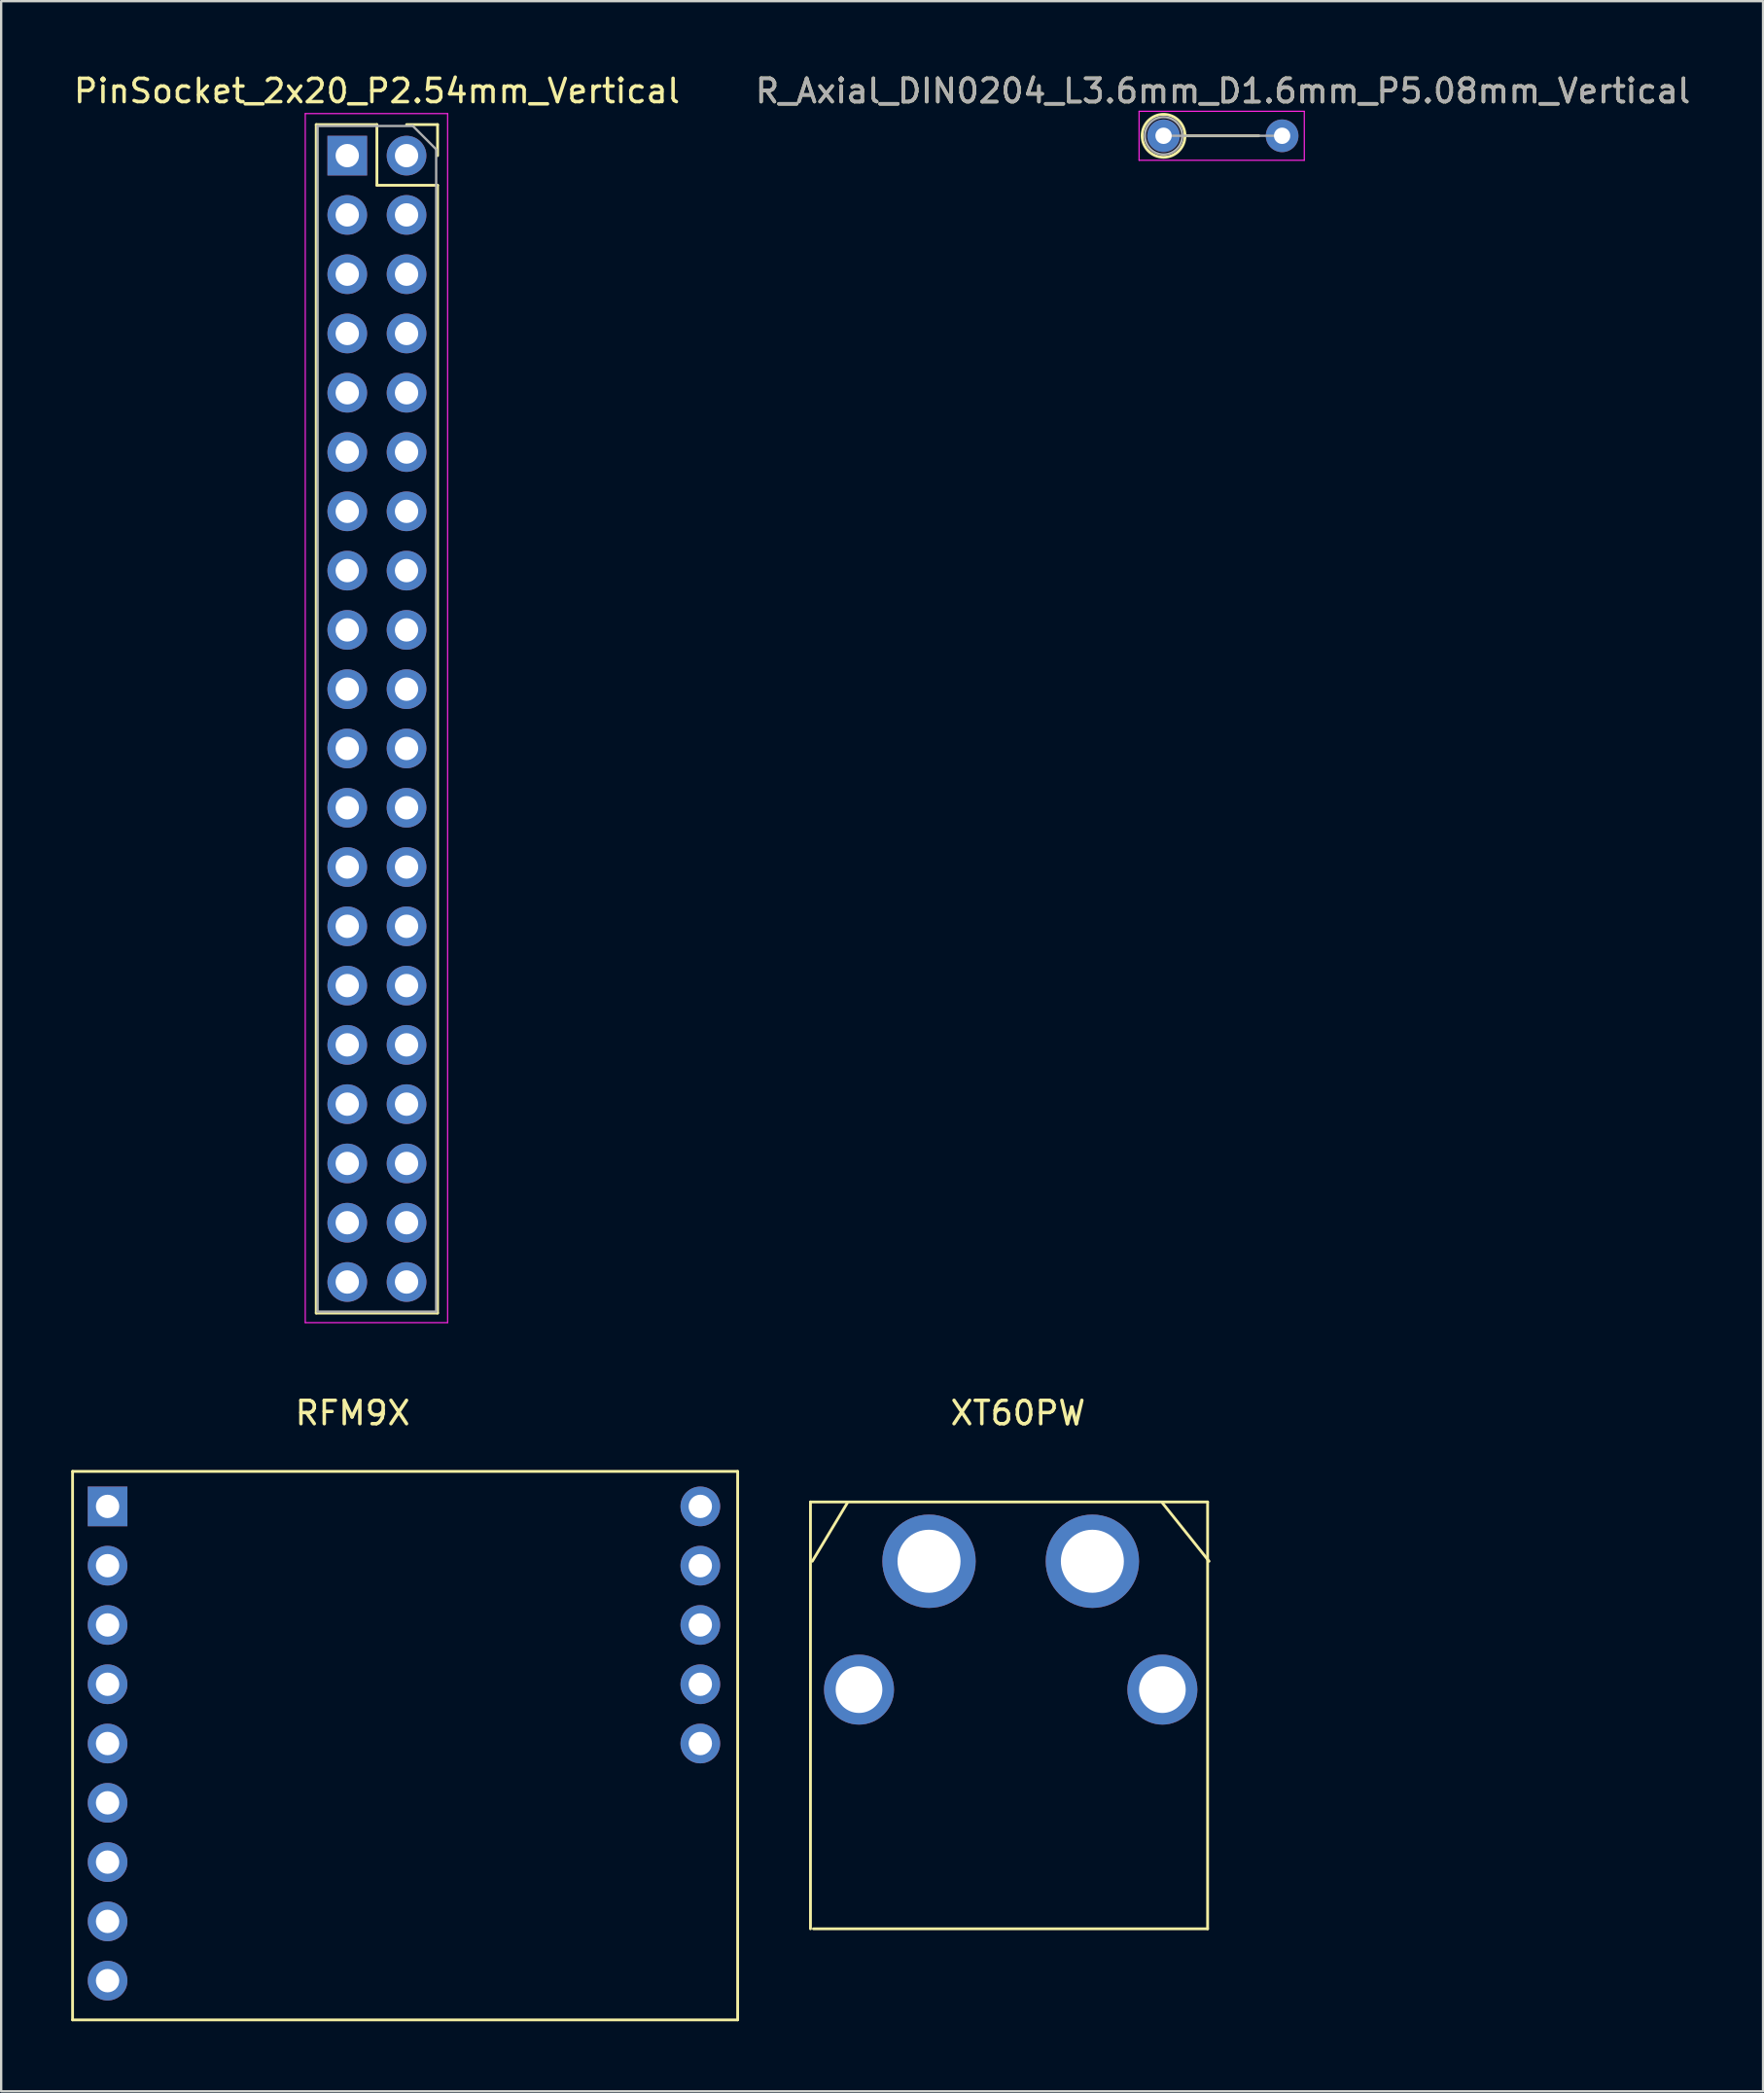
<source format=kicad_pcb>
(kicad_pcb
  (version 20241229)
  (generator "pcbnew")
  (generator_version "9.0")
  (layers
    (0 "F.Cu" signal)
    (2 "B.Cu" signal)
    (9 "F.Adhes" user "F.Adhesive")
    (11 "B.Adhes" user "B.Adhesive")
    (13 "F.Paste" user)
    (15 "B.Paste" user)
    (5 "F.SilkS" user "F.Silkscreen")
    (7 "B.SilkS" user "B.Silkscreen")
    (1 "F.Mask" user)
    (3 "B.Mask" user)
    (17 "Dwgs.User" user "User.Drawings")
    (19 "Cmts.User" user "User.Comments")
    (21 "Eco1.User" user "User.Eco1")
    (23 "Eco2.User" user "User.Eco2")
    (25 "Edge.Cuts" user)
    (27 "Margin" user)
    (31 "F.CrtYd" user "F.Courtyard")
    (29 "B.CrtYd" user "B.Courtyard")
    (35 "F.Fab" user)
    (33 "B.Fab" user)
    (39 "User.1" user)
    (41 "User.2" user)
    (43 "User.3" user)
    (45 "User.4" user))
  (footprint "RFM9X"
    (layer "F.Cu")
    (at 1.56 61.492)
    (property "Reference" "RFM9X" (at 10.5 -4 0) (layer "F.SilkS") (effects (font (size 1 1) (thickness 0.15))))
    (attr through_hole)
    (fp_line (start -1.5 -1.5) (end 27 -1.5) (stroke (width 0.12) (type solid)) (layer "F.SilkS"))
    (fp_line (start -1.5 22) (end -1.5 -1.5) (stroke (width 0.12) (type solid)) (layer "F.SilkS"))
    (fp_line (start 27 -1.5) (end 27 22) (stroke (width 0.12) (type solid)) (layer "F.SilkS"))
    (fp_line (start 27 22) (end -1.5 22) (stroke (width 0.12) (type solid)) (layer "F.SilkS"))
    (pad "1" thru_hole rect (at 0 0) (size 1.7 1.7) (drill 1) (layers "*.Cu" "*.Mask"))
    (pad "2" thru_hole circle (at 0 2.54) (size 1.7 1.7) (drill 1) (layers "*.Cu" "*.Mask"))
    (pad "3" thru_hole circle (at 0 5.08) (size 1.7 1.7) (drill 1) (layers "*.Cu" "*.Mask"))
    (pad "4" thru_hole circle (at 0 7.62) (size 1.7 1.7) (drill 1) (layers "*.Cu" "*.Mask"))
    (pad "5" thru_hole circle (at 0 10.16) (size 1.7 1.7) (drill 1) (layers "*.Cu" "*.Mask"))
    (pad "6" thru_hole circle (at 0 12.7) (size 1.7 1.7) (drill 1) (layers "*.Cu" "*.Mask"))
    (pad "7" thru_hole circle (at 0 15.24) (size 1.7 1.7) (drill 1) (layers "*.Cu" "*.Mask"))
    (pad "8" thru_hole circle (at 0 17.78) (size 1.7 1.7) (drill 1) (layers "*.Cu" "*.Mask"))
    (pad "9" thru_hole circle (at 0 20.32) (size 1.7 1.7) (drill 1) (layers "*.Cu" "*.Mask"))
    (pad "10" thru_hole circle (at 25.4 0) (size 1.7 1.7) (drill 1) (layers "*.Cu" "*.Mask"))
    (pad "11" thru_hole circle (at 25.4 2.54) (size 1.7 1.7) (drill 1) (layers "*.Cu" "*.Mask"))
    (pad "12" thru_hole circle (at 25.4 5.08) (size 1.7 1.7) (drill 1) (layers "*.Cu" "*.Mask"))
    (pad "13" thru_hole circle (at 25.4 7.62) (size 1.7 1.7) (drill 1) (layers "*.Cu" "*.Mask"))
    (pad "14" thru_hole circle (at 25.4 10.16) (size 1.7 1.7) (drill 1) (layers "*.Cu" "*.Mask")))
  (footprint "PinSocket_2x20_P2.54mm_Vertical"
    (layer "F.Cu")
    (at 11.831 3.618)
    (property "Reference" "PinSocket_2x20_P2.54mm_Vertical" (at 1.27 -2.77 0) (layer "F.SilkS") (effects (font (size 1 1) (thickness 0.15))))
    (attr through_hole)
    (fp_line (start -1.33 -1.33) (end -1.33 49.59) (stroke (width 0.12) (type solid)) (layer "F.SilkS"))
    (fp_line (start -1.33 -1.33) (end 1.27 -1.33) (stroke (width 0.12) (type solid)) (layer "F.SilkS"))
    (fp_line (start -1.33 49.59) (end 3.87 49.59) (stroke (width 0.12) (type solid)) (layer "F.SilkS"))
    (fp_line (start 1.27 -1.33) (end 1.27 1.27) (stroke (width 0.12) (type solid)) (layer "F.SilkS"))
    (fp_line (start 1.27 1.27) (end 3.87 1.27) (stroke (width 0.12) (type solid)) (layer "F.SilkS"))
    (fp_line (start 2.54 -1.33) (end 3.87 -1.33) (stroke (width 0.12) (type solid)) (layer "F.SilkS"))
    (fp_line (start 3.87 -1.33) (end 3.87 0) (stroke (width 0.12) (type solid)) (layer "F.SilkS"))
    (fp_line (start 3.87 1.27) (end 3.87 49.59) (stroke (width 0.12) (type solid)) (layer "F.SilkS"))
    (fp_line (start -1.8 -1.8) (end 4.3 -1.8) (stroke (width 0.05) (type solid)) (layer "F.CrtYd"))
    (fp_line (start -1.8 50) (end -1.8 -1.8) (stroke (width 0.05) (type solid)) (layer "F.CrtYd"))
    (fp_line (start 4.3 -1.8) (end 4.3 50) (stroke (width 0.05) (type solid)) (layer "F.CrtYd"))
    (fp_line (start 4.3 50) (end -1.8 50) (stroke (width 0.05) (type solid)) (layer "F.CrtYd"))
    (fp_line (start -1.27 -1.27) (end 2.81 -1.27) (stroke (width 0.1) (type solid)) (layer "F.Fab"))
    (fp_line (start -1.27 49.53) (end -1.27 -1.27) (stroke (width 0.1) (type solid)) (layer "F.Fab"))
    (fp_line (start 2.81 -1.27) (end 3.81 -0.27) (stroke (width 0.1) (type solid)) (layer "F.Fab"))
    (fp_line (start 3.81 -0.27) (end 3.81 49.53) (stroke (width 0.1) (type solid)) (layer "F.Fab"))
    (fp_line (start 3.81 49.53) (end -1.27 49.53) (stroke (width 0.1) (type solid)) (layer "F.Fab"))
    (pad "1" thru_hole rect (at 0 0) (size 1.7 1.7) (drill 1) (layers "*.Cu" "*.Mask"))
    (pad "2" thru_hole circle (at 2.54 0) (size 1.7 1.7) (drill 1) (layers "*.Cu" "*.Mask"))
    (pad "3" thru_hole circle (at 0 2.54) (size 1.7 1.7) (drill 1) (layers "*.Cu" "*.Mask"))
    (pad "4" thru_hole circle (at 2.54 2.54) (size 1.7 1.7) (drill 1) (layers "*.Cu" "*.Mask"))
    (pad "5" thru_hole circle (at 0 5.08) (size 1.7 1.7) (drill 1) (layers "*.Cu" "*.Mask"))
    (pad "6" thru_hole circle (at 2.54 5.08) (size 1.7 1.7) (drill 1) (layers "*.Cu" "*.Mask"))
    (pad "7" thru_hole circle (at 0 7.62) (size 1.7 1.7) (drill 1) (layers "*.Cu" "*.Mask"))
    (pad "8" thru_hole circle (at 2.54 7.62) (size 1.7 1.7) (drill 1) (layers "*.Cu" "*.Mask"))
    (pad "9" thru_hole circle (at 0 10.16) (size 1.7 1.7) (drill 1) (layers "*.Cu" "*.Mask"))
    (pad "10" thru_hole circle (at 2.54 10.16) (size 1.7 1.7) (drill 1) (layers "*.Cu" "*.Mask"))
    (pad "11" thru_hole circle (at 0 12.7) (size 1.7 1.7) (drill 1) (layers "*.Cu" "*.Mask"))
    (pad "12" thru_hole circle (at 2.54 12.7) (size 1.7 1.7) (drill 1) (layers "*.Cu" "*.Mask"))
    (pad "13" thru_hole circle (at 0 15.24) (size 1.7 1.7) (drill 1) (layers "*.Cu" "*.Mask"))
    (pad "14" thru_hole circle (at 2.54 15.24) (size 1.7 1.7) (drill 1) (layers "*.Cu" "*.Mask"))
    (pad "15" thru_hole circle (at 0 17.78) (size 1.7 1.7) (drill 1) (layers "*.Cu" "*.Mask"))
    (pad "16" thru_hole circle (at 2.54 17.78) (size 1.7 1.7) (drill 1) (layers "*.Cu" "*.Mask"))
    (pad "17" thru_hole circle (at 0 20.32) (size 1.7 1.7) (drill 1) (layers "*.Cu" "*.Mask"))
    (pad "18" thru_hole circle (at 2.54 20.32) (size 1.7 1.7) (drill 1) (layers "*.Cu" "*.Mask"))
    (pad "19" thru_hole circle (at 0 22.86) (size 1.7 1.7) (drill 1) (layers "*.Cu" "*.Mask"))
    (pad "20" thru_hole circle (at 2.54 22.86) (size 1.7 1.7) (drill 1) (layers "*.Cu" "*.Mask"))
    (pad "21" thru_hole circle (at 0 25.4) (size 1.7 1.7) (drill 1) (layers "*.Cu" "*.Mask"))
    (pad "22" thru_hole circle (at 2.54 25.4) (size 1.7 1.7) (drill 1) (layers "*.Cu" "*.Mask"))
    (pad "23" thru_hole circle (at 0 27.94) (size 1.7 1.7) (drill 1) (layers "*.Cu" "*.Mask"))
    (pad "24" thru_hole circle (at 2.54 27.94) (size 1.7 1.7) (drill 1) (layers "*.Cu" "*.Mask"))
    (pad "25" thru_hole circle (at 0 30.48) (size 1.7 1.7) (drill 1) (layers "*.Cu" "*.Mask"))
    (pad "26" thru_hole circle (at 2.54 30.48) (size 1.7 1.7) (drill 1) (layers "*.Cu" "*.Mask"))
    (pad "27" thru_hole circle (at 0 33.02) (size 1.7 1.7) (drill 1) (layers "*.Cu" "*.Mask"))
    (pad "28" thru_hole circle (at 2.54 33.02) (size 1.7 1.7) (drill 1) (layers "*.Cu" "*.Mask"))
    (pad "29" thru_hole circle (at 0 35.56) (size 1.7 1.7) (drill 1) (layers "*.Cu" "*.Mask"))
    (pad "30" thru_hole circle (at 2.54 35.56) (size 1.7 1.7) (drill 1) (layers "*.Cu" "*.Mask"))
    (pad "31" thru_hole circle (at 0 38.1) (size 1.7 1.7) (drill 1) (layers "*.Cu" "*.Mask"))
    (pad "32" thru_hole circle (at 2.54 38.1) (size 1.7 1.7) (drill 1) (layers "*.Cu" "*.Mask"))
    (pad "33" thru_hole circle (at 0 40.64) (size 1.7 1.7) (drill 1) (layers "*.Cu" "*.Mask"))
    (pad "34" thru_hole circle (at 2.54 40.64) (size 1.7 1.7) (drill 1) (layers "*.Cu" "*.Mask"))
    (pad "35" thru_hole circle (at 0 43.18) (size 1.7 1.7) (drill 1) (layers "*.Cu" "*.Mask"))
    (pad "36" thru_hole circle (at 2.54 43.18) (size 1.7 1.7) (drill 1) (layers "*.Cu" "*.Mask"))
    (pad "37" thru_hole circle (at 0 45.72) (size 1.7 1.7) (drill 1) (layers "*.Cu" "*.Mask"))
    (pad "38" thru_hole circle (at 2.54 45.72) (size 1.7 1.7) (drill 1) (layers "*.Cu" "*.Mask"))
    (pad "39" thru_hole circle (at 0 48.26) (size 1.7 1.7) (drill 1) (layers "*.Cu" "*.Mask"))
    (pad "40" thru_hole circle (at 2.54 48.26) (size 1.7 1.7) (drill 1) (layers "*.Cu" "*.Mask")))
  (footprint "R_Axial_DIN0204_L3.6mm_D1.6mm_P5.08mm_Vertical"
    (layer "F.Cu")
    (at 46.811 2.768)
    (property "Reference" "R_Axial_DIN0204_L3.6mm_D1.6mm_P5.08mm_Vertical" (at 2.54 -1.92 0) (layer "F.SilkS") (effects (font (size 1 1) (thickness 0.15))))
    (attr through_hole)
    (fp_line (start 0.92 0) (end 4.08 0) (stroke (width 0.12) (type solid)) (layer "F.SilkS"))
    (fp_circle (center 0 0) (end 0.92 0) (stroke (width 0.12) (type solid)) (fill no) (layer "F.SilkS"))
    (fp_line (start -1.05 -1.05) (end -1.05 1.05) (stroke (width 0.05) (type solid)) (layer "F.CrtYd"))
    (fp_line (start -1.05 1.05) (end 6.03 1.05) (stroke (width 0.05) (type solid)) (layer "F.CrtYd"))
    (fp_line (start 6.03 -1.05) (end -1.05 -1.05) (stroke (width 0.05) (type solid)) (layer "F.CrtYd"))
    (fp_line (start 6.03 1.05) (end 6.03 -1.05) (stroke (width 0.05) (type solid)) (layer "F.CrtYd"))
    (fp_line (start 0 0) (end 5.08 0) (stroke (width 0.1) (type solid)) (layer "F.Fab"))
    (fp_circle (center 0 0) (end 0.8 0) (stroke (width 0.1) (type solid)) (fill no) (layer "F.Fab"))
    (fp_text user "${REFERENCE}" (at 2.54 -1.92 0) (layer "F.Fab") (effects (font (size 1 1) (thickness 0.15))))
    (pad "1" thru_hole circle (at 0 0) (size 1.4 1.4) (drill 0.7) (layers "*.Cu" "*.Mask"))
    (pad "2" thru_hole oval (at 5.08 0) (size 1.4 1.4) (drill 0.7) (layers "*.Cu" "*.Mask")))
  (footprint "XT60PW"
    (layer "F.Cu")
    (at 36.76 63.842)
    (property "Reference" "XT60PW" (at 3.81 -6.35 0) (layer "F.SilkS") (effects (font (size 1 1) (thickness 0.15))))
    (attr through_hole)
    (fp_line (start -5.08 -2.54) (end -5.08 15.748) (stroke (width 0.12) (type solid)) (layer "F.SilkS"))
    (fp_line (start -5 0) (end -3.5 -2.5) (stroke (width 0.12) (type solid)) (layer "F.SilkS"))
    (fp_line (start -4.953 15.748) (end 11.938 15.748) (stroke (width 0.12) (type solid)) (layer "F.SilkS"))
    (fp_line (start 11.938 -2.54) (end -5.08 -2.54) (stroke (width 0.12) (type solid)) (layer "F.SilkS"))
    (fp_line (start 11.938 15.748) (end 11.938 -2.54) (stroke (width 0.12) (type solid)) (layer "F.SilkS"))
    (fp_line (start 12 0) (end 10 -2.5) (stroke (width 0.12) (type solid)) (layer "F.SilkS"))
    (pad "1" thru_hole circle (at 7 0) (size 4 4) (drill 2.7) (layers "*.Cu" "*.Mask"))
    (pad "2" thru_hole circle (at 0 0) (size 4 4) (drill 2.7) (layers "*.Cu" "*.Mask"))
    (pad "3" thru_hole circle (at -3 5.5) (size 3 3) (drill 2) (layers "*.Cu" "*.Mask"))
    (pad "4" thru_hole circle (at 10 5.5) (size 3 3) (drill 2) (layers "*.Cu" "*.Mask")))
  (gr_rect
    (start -3 -3)
    (end 72.5 86.552)
    (stroke (width 0.1) (type default))
    (fill no)
    (layer "Edge.Cuts")))
</source>
